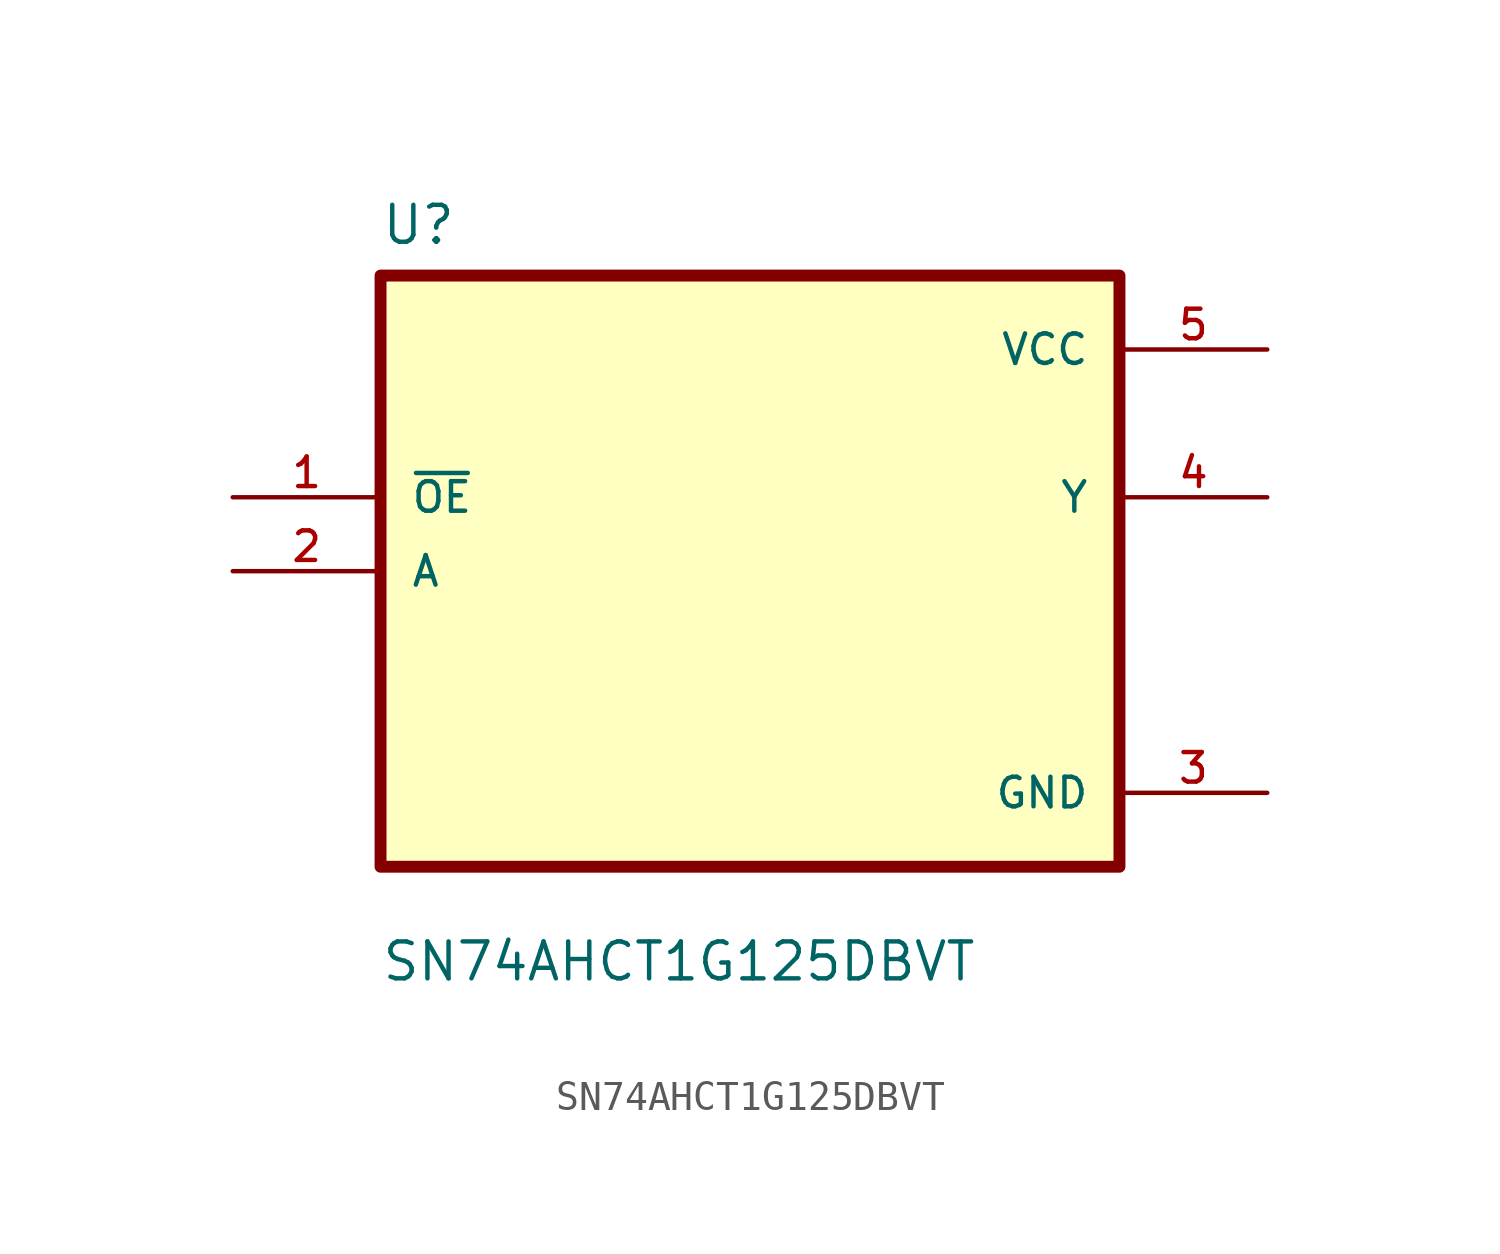
<source format=kicad_sym>
(kicad_symbol_lib
  (version 20211014)
  (generator kicad_symbol_editor)
  (symbol "SN74AHCT1G125DBVT"
    (pin_names
      (offset 1.016))
    (property "Reference" "U"
      (at -12.7 11.16 0.0)
      (effects (font (size 1.27 1.27)) (justify bottom left)))
    (property "Value" "SN74AHCT1G125DBVT"
      (at -12.7 -14.16 0.0)
      (effects (font (size 1.27 1.27)) (justify bottom left)))
    (symbol "SN74AHCT1G125DBVT_0_0"
      (rectangle (start -12.7 -10.16) (end 12.7 10.16) (stroke (width 0.41)) (fill (type background)))
      (pin input line (at -17.78 2.54 0) (length 5.08) (name "~{OE}" (effects (font (size 1.016 1.016)))) (number "1" (effects (font (size 1.016 1.016)))))
      (pin input line (at -17.78 0.0 0) (length 5.08) (name "A" (effects (font (size 1.016 1.016)))) (number "2" (effects (font (size 1.016 1.016)))))
      (pin power_in line (at 17.78 7.62 180.0) (length 5.08) (name "VCC" (effects (font (size 1.016 1.016)))) (number "5" (effects (font (size 1.016 1.016)))))
      (pin output line (at 17.78 2.54 180.0) (length 5.08) (name "Y" (effects (font (size 1.016 1.016)))) (number "4" (effects (font (size 1.016 1.016)))))
      (pin power_in line (at 17.78 -7.62 180.0) (length 5.08) (name "GND" (effects (font (size 1.016 1.016)))) (number "3" (effects (font (size 1.016 1.016))))))))
</source>
